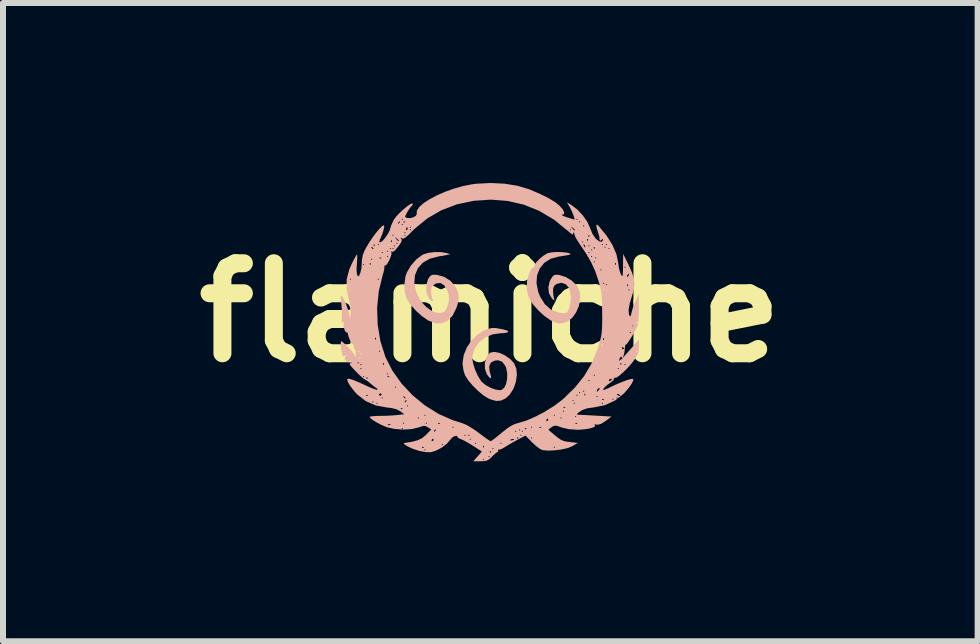
<source format=kicad_pcb>
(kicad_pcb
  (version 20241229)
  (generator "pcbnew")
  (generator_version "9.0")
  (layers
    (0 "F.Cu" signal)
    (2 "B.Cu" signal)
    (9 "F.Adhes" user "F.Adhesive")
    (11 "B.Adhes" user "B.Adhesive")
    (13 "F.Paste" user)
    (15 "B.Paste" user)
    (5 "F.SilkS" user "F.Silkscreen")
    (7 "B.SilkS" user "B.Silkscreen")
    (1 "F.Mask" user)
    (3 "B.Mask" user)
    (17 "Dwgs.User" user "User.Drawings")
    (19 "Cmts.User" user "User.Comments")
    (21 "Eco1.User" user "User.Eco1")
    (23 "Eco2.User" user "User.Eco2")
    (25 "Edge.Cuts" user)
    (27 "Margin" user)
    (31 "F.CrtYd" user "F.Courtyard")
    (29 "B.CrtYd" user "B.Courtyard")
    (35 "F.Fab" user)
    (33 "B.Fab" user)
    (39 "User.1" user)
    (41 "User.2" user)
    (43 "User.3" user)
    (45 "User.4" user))
  (footprint "flamiche"
    (layer "F.Cu")
    (at 5.121 2.159)
    (property "Reference" "flamiche" (at 0 0 0) (layer "F.SilkS") (effects (font (size 1.5 1.5) (thickness 0.3))))
    (attr board_only exclude_from_pos_files exclude_from_bom)
    (fp_poly (pts (xy -0.815 -1.007) (xy -0.722 -0.99) (xy -0.667 -0.973) (xy -0.722 -0.96) (xy -0.783 -0.948) (xy -0.856 -0.937) (xy -0.86 -0.936) (xy -1.007 -0.898) (xy -1.124 -0.831) (xy -1.207 -0.738) (xy -1.255 -0.624) (xy -1.266 -0.494) (xy -1.237 -0.352) (xy -1.202 -0.27) (xy -1.141 -0.171) (xy -1.066 -0.091) (xy -0.984 -0.033) (xy -0.902 0.001) (xy -0.827 0.007) (xy -0.765 -0.016) (xy -0.727 -0.065) (xy -0.69 -0.183) (xy -0.692 -0.294) (xy -0.719 -0.375) (xy -0.769 -0.455) (xy -0.828 -0.493) (xy -0.896 -0.488) (xy -0.933 -0.469) (xy -0.975 -0.427) (xy -0.989 -0.365) (xy -0.989 -0.354) (xy -0.982 -0.287) (xy -0.967 -0.234) (xy -0.966 -0.232) (xy -0.953 -0.196) (xy -0.963 -0.188) (xy -0.989 -0.204) (xy -1.022 -0.242) (xy -1.035 -0.261) (xy -1.067 -0.351) (xy -1.068 -0.454) (xy -1.039 -0.552) (xy -1.023 -0.58) (xy -0.993 -0.616) (xy -0.958 -0.631) (xy -0.899 -0.629) (xy -0.886 -0.628) (xy -0.769 -0.595) (xy -0.665 -0.53) (xy -0.586 -0.442) (xy -0.565 -0.404) (xy -0.533 -0.315) (xy -0.526 -0.233) (xy -0.543 -0.141) (xy -0.567 -0.072) (xy -0.629 0.052) (xy -0.709 0.136) (xy -0.802 0.178) (xy -0.908 0.179) (xy -1.024 0.137) (xy -1.044 0.126) (xy -1.141 0.058) (xy -1.238 -0.029) (xy -1.322 -0.124) (xy -1.384 -0.214) (xy -1.399 -0.245) (xy -1.426 -0.352) (xy -1.431 -0.476) (xy -1.415 -0.598) (xy -1.391 -0.668) (xy -1.323 -0.783) (xy -1.234 -0.885) (xy -1.135 -0.959) (xy -1.12 -0.968) (xy -1.035 -0.995) (xy -0.927 -1.008)) (stroke (width 0) (type solid)) (fill yes) (layer "B.SilkS"))
    (fp_poly (pts (xy 0.103 0.26) (xy 0.17 0.272) (xy 0.213 0.28) (xy 0.278 0.299) (xy 0.301 0.318) (xy 0.282 0.333) (xy 0.223 0.343) (xy 0.176 0.344) (xy 0.038 0.363) (xy -0.084 0.414) (xy -0.184 0.493) (xy -0.257 0.593) (xy -0.295 0.708) (xy -0.3 0.76) (xy -0.287 0.847) (xy -0.254 0.951) (xy -0.208 1.054) (xy -0.154 1.14) (xy -0.141 1.156) (xy -0.079 1.208) (xy 0.001 1.252) (xy 0.085 1.283) (xy 0.158 1.294) (xy 0.186 1.29) (xy 0.232 1.254) (xy 0.264 1.187) (xy 0.281 1.101) (xy 0.282 1.008) (xy 0.263 0.92) (xy 0.248 0.885) (xy 0.198 0.819) (xy 0.131 0.795) (xy 0.067 0.802) (xy 0.008 0.836) (xy -0.018 0.898) (xy -0.011 0.983) (xy -0.002 1.012) (xy 0.013 1.073) (xy 0.007 1.097) (xy -0.017 1.082) (xy -0.057 1.028) (xy -0.089 0.939) (xy -0.091 0.837) (xy -0.062 0.739) (xy -0.047 0.711) (xy -0.005 0.67) (xy 0.056 0.656) (xy 0.069 0.656) (xy 0.154 0.672) (xy 0.249 0.716) (xy 0.336 0.779) (xy 0.394 0.841) (xy 0.433 0.931) (xy 0.443 1.04) (xy 0.426 1.157) (xy 0.386 1.27) (xy 0.325 1.366) (xy 0.258 1.428) (xy 0.178 1.467) (xy 0.098 1.473) (xy 0.004 1.447) (xy -0.029 1.433) (xy -0.108 1.385) (xy -0.199 1.31) (xy -0.289 1.222) (xy -0.366 1.131) (xy -0.418 1.051) (xy -0.421 1.046) (xy -0.448 0.961) (xy -0.461 0.863) (xy -0.462 0.841) (xy -0.443 0.71) (xy -0.392 0.583) (xy -0.314 0.466) (xy -0.216 0.369) (xy -0.106 0.297) (xy 0.011 0.26) (xy 0.06 0.256)) (stroke (width 0) (type solid)) (fill yes) (layer "B.SilkS"))
    (fp_poly (pts (xy 1.195 -1.007) (xy 1.274 -0.999) (xy 1.311 -0.99) (xy 1.34 -0.976) (xy 1.329 -0.967) (xy 1.3 -0.959) (xy 1.243 -0.949) (xy 1.168 -0.937) (xy 1.142 -0.934) (xy 1.007 -0.897) (xy 0.9 -0.829) (xy 0.824 -0.735) (xy 0.779 -0.62) (xy 0.77 -0.489) (xy 0.798 -0.347) (xy 0.832 -0.262) (xy 0.911 -0.137) (xy 1.011 -0.05) (xy 1.132 -0.002) (xy 1.177 0.006) (xy 1.24 0.01) (xy 1.274 0.001) (xy 1.297 -0.03) (xy 1.311 -0.063) (xy 1.337 -0.163) (xy 1.342 -0.272) (xy 1.326 -0.372) (xy 1.311 -0.412) (xy 1.258 -0.472) (xy 1.187 -0.496) (xy 1.11 -0.479) (xy 1.102 -0.475) (xy 1.063 -0.443) (xy 1.047 -0.398) (xy 1.046 -0.354) (xy 1.051 -0.285) (xy 1.062 -0.229) (xy 1.064 -0.222) (xy 1.069 -0.201) (xy 1.051 -0.212) (xy 1.024 -0.24) (xy 0.978 -0.321) (xy 0.967 -0.418) (xy 0.99 -0.519) (xy 1.013 -0.564) (xy 1.046 -0.612) (xy 1.08 -0.63) (xy 1.134 -0.629) (xy 1.147 -0.627) (xy 1.252 -0.595) (xy 1.354 -0.535) (xy 1.435 -0.457) (xy 1.456 -0.427) (xy 1.493 -0.33) (xy 1.498 -0.221) (xy 1.476 -0.109) (xy 1.43 -0.003) (xy 1.366 0.087) (xy 1.286 0.151) (xy 1.2 0.18) (xy 1.134 0.181) (xy 1.069 0.162) (xy 1 0.126) (xy 0.901 0.056) (xy 0.803 -0.033) (xy 0.717 -0.13) (xy 0.656 -0.223) (xy 0.643 -0.248) (xy 0.609 -0.379) (xy 0.611 -0.52) (xy 0.648 -0.655) (xy 0.651 -0.663) (xy 0.681 -0.72) (xy 0.709 -0.753) (xy 0.721 -0.756) (xy 0.735 -0.759) (xy 0.732 -0.773) (xy 0.741 -0.804) (xy 0.777 -0.851) (xy 0.83 -0.903) (xy 0.889 -0.95) (xy 0.946 -0.985) (xy 0.958 -0.99) (xy 1.019 -1.003) (xy 1.104 -1.009)) (stroke (width 0) (type solid)) (fill yes) (layer "B.SilkS"))
    (fp_poly (pts (xy 0.236 -2.148) (xy 0.451 -2.114) (xy 0.638 -2.058) (xy 0.656 -2.051) (xy 0.834 -1.975) (xy 0.974 -1.905) (xy 1.081 -1.84) (xy 1.153 -1.782) (xy 1.204 -1.725) (xy 1.23 -1.676) (xy 1.23 -1.643) (xy 1.207 -1.633) (xy 1.189 -1.628) (xy 1.209 -1.613) (xy 1.262 -1.592) (xy 1.307 -1.578) (xy 1.407 -1.548) (xy 1.405 -1.556) (xy 1.433 -1.556) (xy 1.444 -1.544) (xy 1.456 -1.556) (xy 1.444 -1.567) (xy 1.433 -1.556) (xy 1.405 -1.556) (xy 1.388 -1.615) (xy 1.363 -1.68) (xy 1.328 -1.751) (xy 1.323 -1.759) (xy 1.278 -1.836) (xy 1.346 -1.796) (xy 1.446 -1.721) (xy 1.539 -1.623) (xy 1.615 -1.515) (xy 1.662 -1.412) (xy 1.663 -1.409) (xy 1.702 -1.313) (xy 1.753 -1.237) (xy 1.764 -1.225) (xy 1.817 -1.186) (xy 1.857 -1.179) (xy 1.877 -1.205) (xy 1.877 -1.218) (xy 1.87 -1.229) (xy 1.858 -1.214) (xy 1.836 -1.197) (xy 1.824 -1.209) (xy 1.817 -1.231) (xy 1.82 -1.233) (xy 1.82 -1.252) (xy 1.808 -1.299) (xy 1.799 -1.325) (xy 1.773 -1.409) (xy 1.767 -1.456) (xy 1.78 -1.465) (xy 1.806 -1.443) (xy 1.936 -1.285) (xy 2.036 -1.126) (xy 2.102 -0.973) (xy 2.131 -0.832) (xy 2.132 -0.825) (xy 2.143 -0.744) (xy 2.163 -0.67) (xy 2.174 -0.643) (xy 2.191 -0.614) (xy 2.201 -0.606) (xy 2.202 -0.61) (xy 2.278 -0.61) (xy 2.285 -0.59) (xy 2.301 -0.607) (xy 2.308 -0.623) (xy 2.31 -0.646) (xy 2.3 -0.644) (xy 2.279 -0.616) (xy 2.278 -0.61) (xy 2.202 -0.61) (xy 2.207 -0.625) (xy 2.21 -0.677) (xy 2.212 -0.756) (xy 2.233 -0.756) (xy 2.244 -0.744) (xy 2.256 -0.756) (xy 2.244 -0.767) (xy 2.233 -0.756) (xy 2.212 -0.756) (xy 2.212 -0.766) (xy 2.212 -0.778) (xy 2.214 -0.978) (xy 2.301 -0.803) (xy 2.359 -0.673) (xy 2.393 -0.568) (xy 2.404 -0.474) (xy 2.392 -0.381) (xy 2.367 -0.296) (xy 2.324 -0.155) (xy 2.305 -0.046) (xy 2.31 0.029) (xy 2.317 0.046) (xy 2.332 0.064) (xy 2.344 0.047) (xy 2.353 0.004) (xy 2.371 -0.063) (xy 2.401 -0.145) (xy 2.422 -0.193) (xy 2.475 -0.311) (xy 2.476 -0.073) (xy 2.475 0.04) (xy 2.468 0.136) (xy 2.458 0.206) (xy 2.451 0.227) (xy 2.422 0.287) (xy 2.383 0.358) (xy 2.341 0.427) (xy 2.302 0.487) (xy 2.272 0.526) (xy 2.258 0.535) (xy 2.248 0.547) (xy 2.244 0.585) (xy 2.236 0.655) (xy 2.226 0.7) (xy 2.209 0.756) (xy 2.251 0.707) (xy 2.289 0.664) (xy 2.306 0.644) (xy 2.433 0.644) (xy 2.444 0.656) (xy 2.456 0.644) (xy 2.444 0.633) (xy 2.433 0.644) (xy 2.306 0.644) (xy 2.343 0.603) (xy 2.386 0.554) (xy 2.478 0.449) (xy 2.478 0.562) (xy 2.47 0.652) (xy 2.44 0.728) (xy 2.413 0.771) (xy 2.357 0.845) (xy 2.291 0.92) (xy 2.223 0.988) (xy 2.16 1.044) (xy 2.109 1.08) (xy 2.078 1.089) (xy 2.077 1.088) (xy 2.059 1.083) (xy 2.063 1.094) (xy 2.057 1.121) (xy 2.021 1.154) (xy 2.017 1.157) (xy 1.952 1.204) (xy 1.904 1.247) (xy 1.88 1.279) (xy 1.881 1.289) (xy 1.905 1.285) (xy 1.957 1.265) (xy 2.02 1.234) (xy 2.108 1.193) (xy 2.197 1.156) (xy 2.279 1.126) (xy 2.342 1.108) (xy 2.378 1.105) (xy 2.381 1.107) (xy 2.381 1.136) (xy 2.355 1.188) (xy 2.309 1.253) (xy 2.249 1.324) (xy 2.223 1.352) (xy 2.077 1.467) (xy 1.91 1.543) (xy 1.724 1.581) (xy 1.615 1.596) (xy 1.537 1.623) (xy 1.496 1.648) (xy 1.452 1.681) (xy 1.441 1.697) (xy 1.462 1.702) (xy 1.479 1.703) (xy 1.523 1.705) (xy 1.6 1.709) (xy 1.697 1.715) (xy 1.777 1.719) (xy 2.021 1.733) (xy 1.922 1.807) (xy 1.849 1.853) (xy 1.795 1.869) (xy 1.767 1.867) (xy 1.733 1.862) (xy 1.74 1.873) (xy 1.742 1.875) (xy 1.748 1.894) (xy 1.718 1.913) (xy 1.66 1.931) (xy 1.581 1.944) (xy 1.489 1.952) (xy 1.444 1.953) (xy 1.307 1.943) (xy 1.191 1.916) (xy 1.184 1.913) (xy 1.12 1.89) (xy 1.079 1.884) (xy 1.046 1.894) (xy 1.021 1.91) (xy 0.983 1.938) (xy 0.97 1.954) (xy 0.97 1.955) (xy 1.06 2.032) (xy 1.125 2.085) (xy 1.176 2.119) (xy 1.221 2.139) (xy 1.268 2.15) (xy 1.324 2.157) (xy 1.458 2.173) (xy 1.369 2.226) (xy 1.294 2.257) (xy 1.19 2.281) (xy 1.075 2.296) (xy 0.965 2.301) (xy 0.875 2.293) (xy 0.867 2.291) (xy 0.821 2.268) (xy 0.79 2.244) (xy 1.056 2.244) (xy 1.067 2.256) (xy 1.078 2.244) (xy 1.067 2.233) (xy 1.056 2.244) (xy 0.79 2.244) (xy 0.759 2.221) (xy 0.697 2.163) (xy 0.624 2.089) (xy 0.678 2.089) (xy 0.689 2.1) (xy 0.7 2.089) (xy 0.689 2.078) (xy 0.678 2.089) (xy 0.624 2.089) (xy 0.587 2.05) (xy 0.449 2.123) (xy 0.365 2.169) (xy 0.286 2.215) (xy 0.235 2.247) (xy 0.183 2.276) (xy 0.144 2.286) (xy 0.137 2.284) (xy 0.126 2.286) (xy 0.131 2.297) (xy 0.133 2.319) (xy 0.125 2.322) (xy 0.098 2.337) (xy 0.055 2.375) (xy 0.03 2.4) (xy -0.018 2.446) (xy -0.063 2.469) (xy -0.123 2.477) (xy -0.163 2.478) (xy -0.282 2.478) (xy -0.253 2.444) (xy -0.122 2.444) (xy -0.111 2.456) (xy -0.1 2.444) (xy -0.111 2.433) (xy -0.122 2.444) (xy -0.253 2.444) (xy -0.214 2.4) (xy -0.033 2.4) (xy -0.022 2.411) (xy -0.011 2.4) (xy -0.022 2.389) (xy -0.033 2.4) (xy -0.214 2.4) (xy -0.211 2.397) (xy -0.146 2.322) (xy -0.011 2.322) (xy -0.003 2.341) (xy 0.004 2.337) (xy 0.006 2.311) (xy 0.004 2.307) (xy -0.01 2.31) (xy -0.011 2.322) (xy -0.146 2.322) (xy -0.14 2.316) (xy -0.216 2.267) (xy 0.033 2.267) (xy 0.044 2.278) (xy 0.056 2.267) (xy 0.044 2.256) (xy 0.033 2.267) (xy -0.216 2.267) (xy -0.268 2.233) (xy -0.122 2.233) (xy -0.114 2.252) (xy -0.107 2.248) (xy -0.105 2.222) (xy -0.107 2.219) (xy -0.121 2.222) (xy -0.122 2.233) (xy -0.268 2.233) (xy -0.292 2.218) (xy -0.357 2.178) (xy -0.256 2.178) (xy -0.244 2.189) (xy -0.233 2.178) (xy 0.167 2.178) (xy 0.178 2.189) (xy 0.189 2.178) (xy 0.178 2.167) (xy 0.167 2.178) (xy -0.233 2.178) (xy -0.244 2.167) (xy -0.256 2.178) (xy -0.357 2.178) (xy -0.37 2.17) (xy -0.439 2.132) (xy -0.485 2.111) (xy -0.344 2.111) (xy -0.333 2.122) (xy -0.322 2.111) (xy -0.333 2.1) (xy -0.344 2.111) (xy -0.485 2.111) (xy -0.488 2.11) (xy -0.494 2.108) (xy -0.533 2.091) (xy -0.544 2.075) (xy -0.559 2.054) (xy -0.593 2.058) (xy -0.634 2.082) (xy -0.669 2.121) (xy -0.671 2.124) (xy -0.726 2.188) (xy -0.809 2.251) (xy -0.902 2.3) (xy -0.988 2.327) (xy -1.076 2.326) (xy -1.183 2.306) (xy -1.236 2.289) (xy -1.1 2.289) (xy -1.089 2.3) (xy -1.078 2.289) (xy -1.089 2.278) (xy -1.1 2.289) (xy -1.236 2.289) (xy -1.293 2.27) (xy -1.355 2.241) (xy -1.137 2.241) (xy -1.134 2.254) (xy -1.122 2.256) (xy -1.104 2.247) (xy -1.107 2.241) (xy -1.134 2.238) (xy -1.137 2.241) (xy -1.355 2.241) (xy -1.383 2.227) (xy -1.425 2.2) (xy -0.811 2.2) (xy -0.8 2.211) (xy -0.789 2.2) (xy -0.8 2.189) (xy -0.811 2.2) (xy -1.425 2.2) (xy -1.431 2.197) (xy -1.443 2.18) (xy -1.422 2.172) (xy -1.422 2.172) (xy -1.298 2.152) (xy -1.207 2.127) (xy -1.198 2.122) (xy -0.978 2.122) (xy -0.976 2.143) (xy -0.968 2.144) (xy -0.945 2.128) (xy -0.944 2.122) (xy -0.952 2.101) (xy -0.954 2.1) (xy -0.973 2.116) (xy -0.978 2.122) (xy -1.198 2.122) (xy -1.137 2.093) (xy -1.079 2.046) (xy -1.078 2.044) (xy -0.433 2.044) (xy -0.422 2.056) (xy -0.411 2.044) (xy -0.367 2.044) (xy -0.356 2.056) (xy -0.344 2.044) (xy -0.356 2.033) (xy -0.367 2.044) (xy -0.411 2.044) (xy -0.422 2.033) (xy -0.433 2.044) (xy -1.078 2.044) (xy -1.068 2.035) (xy -1.022 1.987) (xy -0.939 1.987) (xy -0.936 1.989) (xy -0.916 1.973) (xy -0.911 1.967) (xy -0.905 1.946) (xy -0.908 1.944) (xy -0.929 1.96) (xy -0.933 1.967) (xy -0.939 1.987) (xy -1.022 1.987) (xy -0.984 1.949) (xy -1.038 1.913) (xy -1.042 1.911) (xy -0.633 1.911) (xy -0.622 1.922) (xy -0.611 1.911) (xy -0.622 1.9) (xy -0.633 1.911) (xy -1.042 1.911) (xy -1.076 1.892) (xy -1.112 1.889) (xy -1.163 1.904) (xy -1.191 1.913) (xy -1.31 1.942) (xy -1.451 1.95) (xy -1.594 1.94) (xy -1.625 1.933) (xy -1.478 1.933) (xy -1.467 1.944) (xy -1.456 1.933) (xy -1.467 1.922) (xy -1.478 1.933) (xy -1.625 1.933) (xy -1.721 1.912) (xy -1.741 1.904) (xy -1.814 1.872) (xy -1.713 1.872) (xy -1.691 1.876) (xy -1.662 1.872) (xy -1.662 1.864) (xy -1.691 1.859) (xy -1.704 1.863) (xy -1.713 1.872) (xy -1.814 1.872) (xy -1.824 1.868) (xy -1.868 1.844) (xy -1.456 1.844) (xy -1.444 1.856) (xy -1.433 1.844) (xy -1.078 1.844) (xy -1.067 1.856) (xy -1.056 1.844) (xy -1.059 1.841) (xy -0.87 1.841) (xy -0.867 1.854) (xy -0.856 1.856) (xy -0.837 1.847) (xy -0.841 1.841) (xy -0.867 1.838) (xy -0.87 1.841) (xy -1.059 1.841) (xy -1.067 1.833) (xy -1.078 1.844) (xy -1.433 1.844) (xy -1.444 1.833) (xy -1.456 1.844) (xy -1.868 1.844) (xy -1.902 1.826) (xy -1.966 1.786) (xy -2.001 1.756) (xy -1.211 1.756) (xy -1.2 1.767) (xy -1.189 1.756) (xy -1.2 1.744) (xy -1.211 1.756) (xy -2.001 1.756) (xy -2.004 1.753) (xy -2.011 1.739) (xy -1.991 1.731) (xy -1.936 1.725) (xy -1.859 1.722) (xy -1.839 1.722) (xy -1.735 1.72) (xy -1.631 1.715) (xy -1.588 1.711) (xy -1.1 1.711) (xy -1.089 1.722) (xy -1.078 1.711) (xy -1.089 1.7) (xy -1.1 1.711) (xy -1.588 1.711) (xy -1.55 1.708) (xy -1.433 1.694) (xy -1.5 1.645) (xy -1.564 1.611) (xy -1.627 1.596) (xy -1.493 1.596) (xy -1.49 1.61) (xy -1.478 1.611) (xy -1.459 1.603) (xy -1.463 1.596) (xy -1.489 1.594) (xy -1.493 1.596) (xy -1.627 1.596) (xy -1.654 1.59) (xy -1.724 1.582) (xy -1.865 1.556) (xy -1.389 1.556) (xy -1.378 1.567) (xy -1.367 1.556) (xy -1.378 1.544) (xy -1.389 1.556) (xy -1.865 1.556) (xy -1.913 1.547) (xy -1.993 1.511) (xy -1.9 1.511) (xy -1.889 1.522) (xy -1.878 1.511) (xy -1.889 1.5) (xy -1.9 1.511) (xy -1.993 1.511) (xy -2.044 1.489) (xy -1.967 1.489) (xy -1.956 1.5) (xy -1.954 1.499) (xy -1.428 1.499) (xy -1.425 1.5) (xy -1.405 1.484) (xy -1.4 1.478) (xy -1.394 1.457) (xy -1.397 1.456) (xy -1.418 1.471) (xy -1.422 1.478) (xy -1.428 1.499) (xy -1.954 1.499) (xy -1.944 1.489) (xy -1.956 1.478) (xy -1.967 1.489) (xy -2.044 1.489) (xy -2.078 1.474) (xy -2.144 1.422) (xy -1.811 1.422) (xy -1.8 1.433) (xy -1.789 1.422) (xy -1.8 1.411) (xy -1.811 1.422) (xy -2.144 1.422) (xy -2.179 1.395) (xy -1.452 1.395) (xy -1.447 1.408) (xy -1.424 1.432) (xy -1.411 1.427) (xy -1.411 1.424) (xy -1.427 1.405) (xy -1.437 1.398) (xy -1.452 1.395) (xy -2.179 1.395) (xy -2.206 1.374) (xy -2.07 1.374) (xy -2.067 1.387) (xy -2.056 1.389) (xy -2.037 1.381) (xy -2.041 1.374) (xy -2.067 1.371) (xy -2.07 1.374) (xy -2.206 1.374) (xy -2.216 1.367) (xy -1.856 1.367) (xy -1.839 1.388) (xy -1.833 1.389) (xy -1.812 1.372) (xy -1.811 1.367) (xy -1.828 1.345) (xy -1.833 1.344) (xy -1.855 1.361) (xy -1.856 1.367) (xy -2.216 1.367) (xy -2.217 1.365) (xy -2.259 1.32) (xy -2.313 1.252) (xy -2.356 1.189) (xy -2.377 1.147) (xy -2.385 1.111) (xy -2.368 1.102) (xy -2.33 1.109) (xy -2.282 1.125) (xy -2.207 1.156) (xy -2.118 1.195) (xy -2.08 1.213) (xy -1.998 1.25) (xy -1.931 1.276) (xy -1.889 1.287) (xy -1.88 1.286) (xy -1.883 1.267) (xy -1.891 1.263) (xy -1.92 1.244) (xy -1.589 1.244) (xy -1.578 1.256) (xy -1.567 1.244) (xy -1.578 1.233) (xy -1.589 1.244) (xy -1.92 1.244) (xy -1.922 1.243) (xy -1.97 1.205) (xy -1.99 1.188) (xy -2.038 1.148) (xy -2.072 1.125) (xy -2.079 1.122) (xy -2.105 1.107) (xy -2.131 1.085) (xy -2.07 1.085) (xy -2.067 1.098) (xy -2.056 1.1) (xy -2.037 1.092) (xy -2.041 1.085) (xy -2.067 1.083) (xy -2.07 1.085) (xy -2.131 1.085) (xy -2.151 1.068) (xy -2.153 1.067) (xy -2.122 1.067) (xy -2.111 1.078) (xy -2.1 1.067) (xy -2.104 1.063) (xy -1.715 1.063) (xy -1.712 1.076) (xy -1.7 1.078) (xy -1.682 1.07) (xy -1.685 1.063) (xy -1.712 1.06) (xy -1.715 1.063) (xy -2.104 1.063) (xy -2.111 1.056) (xy -2.122 1.067) (xy -2.153 1.067) (xy -2.2 1.022) (xy -1.722 1.022) (xy -1.711 1.033) (xy -1.7 1.022) (xy -1.711 1.011) (xy -1.722 1.022) (xy -2.2 1.022) (xy -2.207 1.016) (xy -2.263 0.958) (xy -2.286 0.933) (xy -2.167 0.933) (xy -2.156 0.944) (xy -2.144 0.933) (xy -2.156 0.922) (xy -2.167 0.933) (xy -2.286 0.933) (xy -2.311 0.906) (xy -2.34 0.868) (xy -2.341 0.867) (xy -2.167 0.867) (xy -2.156 0.878) (xy -2.144 0.867) (xy -2.156 0.856) (xy -1.789 0.856) (xy -1.781 0.874) (xy -1.774 0.87) (xy -1.771 0.844) (xy -1.774 0.841) (xy -1.787 0.844) (xy -1.789 0.856) (xy -2.156 0.856) (xy -2.167 0.867) (xy -2.341 0.867) (xy -2.344 0.858) (xy -2.331 0.841) (xy -2.322 0.844) (xy -2.31 0.841) (xy -2.312 0.833) (xy -2.211 0.833) (xy -2.203 0.852) (xy -2.196 0.848) (xy -2.194 0.822) (xy -2.196 0.819) (xy -2.21 0.822) (xy -2.211 0.833) (xy -2.312 0.833) (xy -2.314 0.822) (xy -2.33 0.798) (xy -2.347 0.815) (xy -2.367 0.831) (xy -2.396 0.814) (xy -2.403 0.807) (xy -2.428 0.773) (xy -2.423 0.756) (xy -2.189 0.756) (xy -2.178 0.767) (xy -2.167 0.756) (xy -2.178 0.744) (xy -2.189 0.756) (xy -2.423 0.756) (xy -2.419 0.742) (xy -2.409 0.729) (xy -2.389 0.702) (xy -2.399 0.706) (xy -2.415 0.718) (xy -2.445 0.734) (xy -2.461 0.715) (xy -2.463 0.707) (xy -2.479 0.637) (xy -2.49 0.567) (xy -2.493 0.51) (xy -2.488 0.48) (xy -2.484 0.478) (xy -2.458 0.493) (xy -2.414 0.533) (xy -2.362 0.586) (xy -2.311 0.642) (xy -2.272 0.692) (xy -2.259 0.711) (xy -2.243 0.736) (xy -2.238 0.725) (xy -2.24 0.689) (xy -2.167 0.689) (xy -2.156 0.7) (xy -2.144 0.689) (xy -2.156 0.678) (xy -2.167 0.689) (xy -2.24 0.689) (xy -2.24 0.683) (xy -2.246 0.644) (xy -2.211 0.644) (xy -2.2 0.656) (xy -2.189 0.644) (xy -1.856 0.644) (xy -1.844 0.656) (xy -1.833 0.644) (xy -1.844 0.633) (xy -1.856 0.644) (xy -2.189 0.644) (xy -2.2 0.633) (xy -2.211 0.644) (xy -2.246 0.644) (xy -2.247 0.634) (xy -2.26 0.611) (xy -2.261 0.611) (xy -2.275 0.592) (xy -2.278 0.567) (xy -2.285 0.531) (xy -2.295 0.522) (xy -2.314 0.504) (xy -2.339 0.459) (xy -2.349 0.433) (xy -1.922 0.433) (xy -1.914 0.452) (xy -1.907 0.448) (xy -1.905 0.422) (xy -1.907 0.419) (xy -1.921 0.422) (xy -1.922 0.433) (xy -2.349 0.433) (xy -2.361 0.406) (xy -2.373 0.36) (xy -2.373 0.35) (xy -2.382 0.331) (xy -2.388 0.333) (xy -2.409 0.325) (xy -2.429 0.289) (xy -2.443 0.239) (xy -2.446 0.191) (xy -2.444 0.181) (xy -2.437 0.15) (xy -2.449 0.158) (xy -2.455 0.167) (xy -2.467 0.174) (xy -2.474 0.148) (xy -2.476 0.086) (xy -2.475 0.044) (xy -2.475 -0.049) (xy -2.481 -0.137) (xy -2.488 -0.194) (xy -2.495 -0.253) (xy -2.485 -0.277) (xy -2.483 -0.278) (xy -2.462 -0.258) (xy -2.433 -0.207) (xy -2.402 -0.136) (xy -2.374 -0.056) (xy -2.353 0.022) (xy -2.353 0.022) (xy -2.334 0.111) (xy -2.327 0.000421) (xy -2.331 -0.081) (xy -1.886 -0.081) (xy -1.877 0.2) (xy -1.832 0.475) (xy -1.75 0.734) (xy -1.747 0.742) (xy -1.632 0.968) (xy -1.48 1.181) (xy -1.298 1.376) (xy -1.091 1.546) (xy -0.866 1.687) (xy -0.63 1.792) (xy -0.489 1.836) (xy -0.392 1.874) (xy -0.275 1.945) (xy -0.194 2.004) (xy -0.116 2.062) (xy -0.051 2.109) (xy -0.008 2.137) (xy 0.006 2.144) (xy 0.025 2.133) (xy 0.334 2.133) (xy 0.366 2.129) (xy 0.368 2.128) (xy 0.398 2.115) (xy 0.392 2.105) (xy 0.352 2.11) (xy 0.339 2.118) (xy 0.334 2.133) (xy 0.025 2.133) (xy 0.029 2.131) (xy 0.077 2.095) (xy 0.089 2.085) (xy 0.441 2.085) (xy 0.444 2.098) (xy 0.456 2.1) (xy 0.474 2.092) (xy 0.47 2.085) (xy 0.444 2.083) (xy 0.441 2.085) (xy 0.089 2.085) (xy 0.14 2.044) (xy 0.5 2.044) (xy 0.511 2.056) (xy 0.522 2.044) (xy 0.511 2.033) (xy 0.5 2.044) (xy 0.14 2.044) (xy 0.143 2.042) (xy 0.189 2.004) (xy 0.222 1.978) (xy 0.411 1.978) (xy 0.422 1.989) (xy 0.433 1.978) (xy 0.522 1.978) (xy 0.533 1.989) (xy 0.544 1.978) (xy 0.533 1.967) (xy 0.522 1.978) (xy 0.433 1.978) (xy 0.422 1.967) (xy 0.411 1.978) (xy 0.222 1.978) (xy 0.25 1.956) (xy 0.478 1.956) (xy 0.489 1.967) (xy 0.5 1.956) (xy 0.489 1.944) (xy 0.478 1.956) (xy 0.25 1.956) (xy 0.281 1.931) (xy 0.283 1.93) (xy 0.574 1.93) (xy 0.577 1.943) (xy 0.589 1.944) (xy 0.607 1.936) (xy 0.604 1.93) (xy 0.577 1.927) (xy 0.574 1.93) (xy 0.283 1.93) (xy 0.311 1.911) (xy 0.678 1.911) (xy 0.689 1.922) (xy 0.7 1.911) (xy 0.696 1.907) (xy 0.819 1.907) (xy 0.822 1.921) (xy 0.833 1.922) (xy 0.852 1.914) (xy 0.848 1.907) (xy 0.822 1.905) (xy 0.819 1.907) (xy 0.696 1.907) (xy 0.689 1.9) (xy 0.678 1.911) (xy 0.311 1.911) (xy 0.354 1.883) (xy 0.421 1.853) (xy 0.466 1.841) (xy 1.419 1.841) (xy 1.422 1.854) (xy 1.433 1.856) (xy 1.452 1.847) (xy 1.448 1.841) (xy 1.422 1.838) (xy 1.419 1.841) (xy 0.466 1.841) (xy 0.478 1.837) (xy 0.61 1.797) (xy 0.627 1.789) (xy 0.933 1.789) (xy 0.935 1.809) (xy 0.943 1.811) (xy 0.966 1.795) (xy 0.967 1.789) (xy 0.959 1.767) (xy 0.957 1.767) (xy 0.938 1.782) (xy 0.933 1.789) (xy 0.627 1.789) (xy 0.704 1.756) (xy 1.167 1.756) (xy 1.178 1.767) (xy 1.189 1.756) (xy 1.178 1.744) (xy 1.167 1.756) (xy 0.704 1.756) (xy 0.755 1.733) (xy 1.411 1.733) (xy 1.422 1.744) (xy 1.433 1.733) (xy 1.422 1.722) (xy 1.411 1.733) (xy 0.755 1.733) (xy 0.76 1.731) (xy 0.798 1.711) (xy 1.056 1.711) (xy 1.067 1.722) (xy 1.078 1.711) (xy 1.067 1.7) (xy 1.056 1.711) (xy 0.798 1.711) (xy 0.917 1.648) (xy 0.922 1.644) (xy 1.211 1.644) (xy 1.222 1.656) (xy 1.233 1.644) (xy 1.222 1.633) (xy 1.211 1.644) (xy 0.922 1.644) (xy 1.034 1.574) (xy 1.219 1.574) (xy 1.222 1.587) (xy 1.233 1.589) (xy 1.252 1.581) (xy 1.248 1.574) (xy 1.222 1.571) (xy 1.219 1.574) (xy 1.034 1.574) (xy 1.067 1.554) (xy 1.123 1.511) (xy 1.389 1.511) (xy 1.4 1.522) (xy 1.411 1.511) (xy 1.856 1.511) (xy 1.867 1.522) (xy 1.878 1.511) (xy 1.867 1.5) (xy 1.856 1.511) (xy 1.411 1.511) (xy 1.4 1.5) (xy 1.389 1.511) (xy 1.123 1.511) (xy 1.182 1.467) (xy 1.367 1.467) (xy 1.378 1.478) (xy 1.389 1.467) (xy 1.378 1.456) (xy 1.367 1.467) (xy 1.182 1.467) (xy 1.197 1.455) (xy 1.214 1.441) (xy 1.863 1.441) (xy 1.866 1.454) (xy 1.878 1.456) (xy 1.896 1.447) (xy 1.895 1.444) (xy 2.033 1.444) (xy 2.044 1.456) (xy 2.056 1.444) (xy 2.044 1.433) (xy 2.033 1.444) (xy 1.895 1.444) (xy 1.893 1.441) (xy 1.866 1.438) (xy 1.863 1.441) (xy 1.214 1.441) (xy 1.216 1.439) (xy 1.234 1.422) (xy 2.1 1.422) (xy 2.111 1.433) (xy 2.122 1.422) (xy 2.111 1.411) (xy 2.1 1.422) (xy 1.234 1.422) (xy 1.257 1.4) (xy 1.767 1.4) (xy 1.778 1.411) (xy 1.789 1.4) (xy 1.778 1.389) (xy 1.767 1.4) (xy 1.257 1.4) (xy 1.279 1.378) (xy 1.433 1.378) (xy 1.444 1.389) (xy 1.456 1.378) (xy 1.444 1.367) (xy 1.567 1.367) (xy 1.575 1.385) (xy 1.581 1.381) (xy 1.584 1.357) (xy 2.109 1.357) (xy 2.111 1.367) (xy 2.135 1.385) (xy 2.161 1.388) (xy 2.167 1.38) (xy 2.149 1.366) (xy 2.132 1.358) (xy 2.109 1.357) (xy 1.584 1.357) (xy 1.584 1.355) (xy 1.581 1.352) (xy 1.568 1.355) (xy 1.567 1.367) (xy 1.444 1.367) (xy 1.433 1.378) (xy 1.279 1.378) (xy 1.325 1.333) (xy 1.478 1.333) (xy 1.489 1.344) (xy 1.5 1.333) (xy 1.489 1.322) (xy 1.478 1.333) (xy 1.325 1.333) (xy 1.348 1.311) (xy 1.544 1.311) (xy 1.556 1.322) (xy 1.56 1.318) (xy 1.774 1.318) (xy 1.776 1.322) (xy 1.794 1.308) (xy 1.811 1.289) (xy 1.825 1.262) (xy 1.816 1.256) (xy 1.789 1.273) (xy 1.781 1.289) (xy 1.774 1.318) (xy 1.56 1.318) (xy 1.567 1.311) (xy 1.556 1.3) (xy 1.544 1.311) (xy 1.348 1.311) (xy 1.408 1.253) (xy 1.504 1.133) (xy 1.633 1.133) (xy 1.644 1.144) (xy 1.656 1.133) (xy 1.644 1.122) (xy 1.978 1.122) (xy 1.979 1.143) (xy 1.986 1.144) (xy 2.018 1.128) (xy 2.022 1.122) (xy 2.021 1.102) (xy 2.014 1.1) (xy 1.982 1.116) (xy 1.978 1.122) (xy 1.644 1.122) (xy 1.633 1.133) (xy 1.504 1.133) (xy 1.562 1.061) (xy 1.572 1.044) (xy 1.722 1.044) (xy 1.733 1.056) (xy 1.744 1.044) (xy 1.733 1.033) (xy 1.722 1.044) (xy 1.572 1.044) (xy 1.638 0.933) (xy 2.122 0.933) (xy 2.133 0.944) (xy 2.144 0.933) (xy 2.133 0.922) (xy 2.122 0.933) (xy 1.638 0.933) (xy 1.684 0.856) (xy 2.167 0.856) (xy 2.175 0.874) (xy 2.181 0.87) (xy 2.182 0.867) (xy 2.233 0.867) (xy 2.244 0.878) (xy 2.256 0.867) (xy 2.244 0.856) (xy 2.233 0.867) (xy 2.182 0.867) (xy 2.184 0.844) (xy 2.181 0.841) (xy 2.168 0.844) (xy 2.167 0.856) (xy 1.684 0.856) (xy 1.684 0.855) (xy 1.708 0.8) (xy 2.147 0.8) (xy 2.154 0.805) (xy 2.159 0.794) (xy 2.181 0.776) (xy 2.191 0.779) (xy 2.201 0.773) (xy 2.197 0.755) (xy 2.181 0.732) (xy 2.164 0.748) (xy 2.148 0.788) (xy 2.147 0.8) (xy 1.708 0.8) (xy 1.78 0.626) (xy 1.793 0.588) (xy 2.189 0.588) (xy 2.205 0.61) (xy 2.211 0.611) (xy 2.233 0.604) (xy 2.233 0.601) (xy 2.218 0.582) (xy 2.211 0.578) (xy 2.191 0.58) (xy 2.189 0.588) (xy 1.793 0.588) (xy 1.804 0.556) (xy 1.807 0.544) (xy 1.856 0.544) (xy 1.864 0.563) (xy 1.87 0.559) (xy 1.873 0.533) (xy 1.87 0.53) (xy 1.857 0.533) (xy 1.856 0.544) (xy 1.807 0.544) (xy 1.828 0.475) (xy 1.836 0.443) (xy 1.88 0.443) (xy 1.884 0.471) (xy 1.891 0.472) (xy 1.897 0.442) (xy 1.893 0.429) (xy 1.883 0.421) (xy 1.88 0.443) (xy 1.836 0.443) (xy 1.845 0.406) (xy 1.856 0.339) (xy 1.856 0.333) (xy 2.322 0.333) (xy 2.333 0.344) (xy 2.344 0.333) (xy 2.333 0.322) (xy 2.322 0.333) (xy 1.856 0.333) (xy 1.862 0.261) (xy 1.863 0.222) (xy 2.367 0.222) (xy 2.378 0.233) (xy 2.389 0.222) (xy 2.378 0.211) (xy 2.367 0.222) (xy 1.863 0.222) (xy 1.864 0.167) (xy 2.433 0.167) (xy 2.441 0.185) (xy 2.448 0.181) (xy 2.451 0.155) (xy 2.448 0.152) (xy 2.435 0.155) (xy 2.433 0.167) (xy 1.864 0.167) (xy 1.865 0.163) (xy 1.865 0.033) (xy 1.864 0.011) (xy 1.863 -0.128) (xy 1.859 -0.234) (xy 1.852 -0.318) (xy 1.842 -0.378) (xy 1.878 -0.378) (xy 1.889 -0.367) (xy 1.9 -0.378) (xy 2.3 -0.378) (xy 2.311 -0.367) (xy 2.322 -0.378) (xy 2.311 -0.389) (xy 2.3 -0.378) (xy 1.9 -0.378) (xy 1.889 -0.389) (xy 1.878 -0.378) (xy 1.842 -0.378) (xy 1.839 -0.392) (xy 1.821 -0.467) (xy 1.922 -0.467) (xy 1.933 -0.456) (xy 2.278 -0.456) (xy 2.286 -0.437) (xy 2.293 -0.441) (xy 2.295 -0.467) (xy 2.293 -0.47) (xy 2.279 -0.467) (xy 2.278 -0.456) (xy 1.933 -0.456) (xy 1.944 -0.467) (xy 1.933 -0.478) (xy 1.922 -0.467) (xy 1.821 -0.467) (xy 1.821 -0.467) (xy 1.815 -0.489) (xy 1.878 -0.489) (xy 1.889 -0.478) (xy 1.9 -0.489) (xy 1.889 -0.5) (xy 1.878 -0.489) (xy 1.815 -0.489) (xy 1.802 -0.533) (xy 1.748 -0.691) (xy 1.739 -0.711) (xy 1.833 -0.711) (xy 1.844 -0.7) (xy 1.856 -0.711) (xy 1.844 -0.722) (xy 1.833 -0.711) (xy 1.739 -0.711) (xy 1.693 -0.811) (xy 2.078 -0.811) (xy 2.086 -0.793) (xy 2.093 -0.796) (xy 2.095 -0.823) (xy 2.093 -0.826) (xy 2.079 -0.823) (xy 2.078 -0.811) (xy 1.693 -0.811) (xy 1.683 -0.835) (xy 1.677 -0.844) (xy 1.722 -0.844) (xy 1.733 -0.833) (xy 1.744 -0.844) (xy 1.733 -0.856) (xy 1.722 -0.844) (xy 1.677 -0.844) (xy 1.639 -0.911) (xy 1.744 -0.911) (xy 1.756 -0.9) (xy 1.767 -0.911) (xy 1.756 -0.922) (xy 1.744 -0.911) (xy 1.639 -0.911) (xy 1.626 -0.933) (xy 1.678 -0.933) (xy 1.689 -0.922) (xy 1.7 -0.933) (xy 1.689 -0.944) (xy 1.678 -0.933) (xy 1.626 -0.933) (xy 1.598 -0.981) (xy 1.586 -1) (xy 1.633 -1) (xy 1.644 -0.989) (xy 1.656 -1) (xy 1.644 -1.011) (xy 1.633 -1) (xy 1.586 -1) (xy 1.556 -1.044) (xy 1.678 -1.044) (xy 1.689 -1.033) (xy 1.7 -1.044) (xy 1.689 -1.056) (xy 1.678 -1.044) (xy 1.556 -1.044) (xy 1.533 -1.078) (xy 1.722 -1.078) (xy 1.73 -1.059) (xy 1.737 -1.063) (xy 1.737 -1.067) (xy 1.967 -1.067) (xy 1.978 -1.056) (xy 1.989 -1.067) (xy 1.978 -1.078) (xy 1.967 -1.067) (xy 1.737 -1.067) (xy 1.74 -1.089) (xy 1.9 -1.089) (xy 1.911 -1.078) (xy 1.922 -1.089) (xy 1.911 -1.1) (xy 1.9 -1.089) (xy 1.74 -1.089) (xy 1.74 -1.089) (xy 1.737 -1.093) (xy 1.724 -1.09) (xy 1.722 -1.078) (xy 1.533 -1.078) (xy 1.503 -1.122) (xy 1.49 -1.142) (xy 1.551 -1.142) (xy 1.555 -1.12) (xy 1.557 -1.116) (xy 1.575 -1.088) (xy 1.585 -1.088) (xy 1.582 -1.111) (xy 1.633 -1.111) (xy 1.644 -1.1) (xy 1.656 -1.111) (xy 1.644 -1.122) (xy 1.633 -1.111) (xy 1.582 -1.111) (xy 1.582 -1.112) (xy 1.569 -1.128) (xy 1.563 -1.133) (xy 1.856 -1.133) (xy 1.867 -1.122) (xy 1.878 -1.133) (xy 1.922 -1.133) (xy 1.933 -1.122) (xy 1.944 -1.133) (xy 1.933 -1.144) (xy 1.922 -1.133) (xy 1.878 -1.133) (xy 1.867 -1.144) (xy 1.856 -1.133) (xy 1.563 -1.133) (xy 1.551 -1.142) (xy 1.49 -1.142) (xy 1.466 -1.178) (xy 1.522 -1.178) (xy 1.533 -1.167) (xy 1.544 -1.178) (xy 1.533 -1.189) (xy 1.522 -1.178) (xy 1.466 -1.178) (xy 1.456 -1.193) (xy 1.445 -1.211) (xy 1.611 -1.211) (xy 1.619 -1.193) (xy 1.626 -1.196) (xy 1.629 -1.223) (xy 1.626 -1.226) (xy 1.613 -1.223) (xy 1.611 -1.211) (xy 1.445 -1.211) (xy 1.421 -1.252) (xy 1.411 -1.278) (xy 1.633 -1.278) (xy 1.641 -1.259) (xy 1.648 -1.263) (xy 1.651 -1.289) (xy 1.648 -1.293) (xy 1.635 -1.29) (xy 1.633 -1.278) (xy 1.411 -1.278) (xy 1.406 -1.288) (xy 1.406 -1.293) (xy 1.396 -1.327) (xy 1.39 -1.333) (xy 1.377 -1.329) (xy 1.381 -1.307) (xy 1.375 -1.298) (xy 1.343 -1.318) (xy 1.298 -1.357) (xy 1.272 -1.378) (xy 1.322 -1.378) (xy 1.333 -1.367) (xy 1.344 -1.378) (xy 1.333 -1.389) (xy 1.322 -1.378) (xy 1.272 -1.378) (xy 1.204 -1.433) (xy 1.346 -1.433) (xy 1.351 -1.422) (xy 1.364 -1.406) (xy 1.396 -1.371) (xy 1.411 -1.371) (xy 1.411 -1.375) (xy 1.396 -1.394) (xy 1.372 -1.414) (xy 1.346 -1.433) (xy 1.204 -1.433) (xy 1.19 -1.444) (xy 1.544 -1.444) (xy 1.556 -1.433) (xy 1.567 -1.444) (xy 1.556 -1.456) (xy 1.544 -1.444) (xy 1.19 -1.444) (xy 1.108 -1.511) (xy 1.478 -1.511) (xy 1.489 -1.5) (xy 1.5 -1.511) (xy 1.489 -1.522) (xy 1.478 -1.511) (xy 1.108 -1.511) (xy 1.064 -1.547) (xy 0.817 -1.694) (xy 0.557 -1.799) (xy 0.284 -1.861) (xy 0.011 -1.882) (xy -0.282 -1.862) (xy -0.558 -1.803) (xy -0.815 -1.705) (xy -1.05 -1.569) (xy -1.263 -1.394) (xy -1.3 -1.358) (xy -1.369 -1.289) (xy -1.416 -1.249) (xy -1.448 -1.232) (xy -1.47 -1.236) (xy -1.476 -1.24) (xy -1.499 -1.256) (xy -1.491 -1.241) (xy -1.485 -1.233) (xy -1.475 -1.207) (xy -1.486 -1.171) (xy -1.523 -1.116) (xy -1.539 -1.095) (xy -1.59 -1.035) (xy -1.623 -1.011) (xy -1.64 -1.017) (xy -1.652 -1.027) (xy -1.647 -1.004) (xy -1.648 -0.967) (xy -1.665 -0.914) (xy -1.691 -0.858) (xy -1.719 -0.81) (xy -1.743 -0.784) (xy -1.755 -0.784) (xy -1.765 -0.782) (xy -1.764 -0.767) (xy -1.767 -0.727) (xy -1.781 -0.664) (xy -1.794 -0.622) (xy -1.858 -0.359) (xy -1.886 -0.081) (xy -2.331 -0.081) (xy -2.332 -0.109) (xy -2.357 -0.224) (xy -2.36 -0.233) (xy -2.392 -0.378) (xy -2.367 -0.378) (xy -2.356 -0.367) (xy -2.344 -0.378) (xy -2.356 -0.389) (xy -2.367 -0.378) (xy -2.392 -0.378) (xy -2.396 -0.398) (xy -2.395 -0.444) (xy -2.389 -0.444) (xy -2.378 -0.433) (xy -2.367 -0.444) (xy -2.378 -0.456) (xy -2.389 -0.444) (xy -2.395 -0.444) (xy -2.393 -0.556) (xy -2.344 -0.556) (xy -2.333 -0.544) (xy -2.322 -0.556) (xy -1.878 -0.556) (xy -1.867 -0.544) (xy -1.856 -0.556) (xy -1.867 -0.567) (xy -1.878 -0.556) (xy -2.322 -0.556) (xy -2.333 -0.567) (xy -2.344 -0.556) (xy -2.393 -0.556) (xy -2.393 -0.558) (xy -2.349 -0.721) (xy -2.316 -0.798) (xy -2.278 -0.875) (xy -2.246 -0.933) (xy -2.226 -0.964) (xy -2.222 -0.967) (xy -2.217 -0.946) (xy -2.218 -0.893) (xy -2.223 -0.819) (xy -2.223 -0.814) (xy -2.229 -0.725) (xy -2.225 -0.655) (xy -2.217 -0.622) (xy -2.201 -0.602) (xy -2.186 -0.615) (xy -2.167 -0.658) (xy -2.148 -0.732) (xy -2.143 -0.8) (xy -2.122 -0.8) (xy -2.111 -0.789) (xy -2.1 -0.8) (xy -2.111 -0.811) (xy -2.011 -0.811) (xy -2.003 -0.793) (xy -1.996 -0.796) (xy -1.994 -0.823) (xy -1.996 -0.826) (xy -2.01 -0.823) (xy -2.011 -0.811) (xy -2.111 -0.811) (xy -2.122 -0.8) (xy -2.143 -0.8) (xy -2.143 -0.803) (xy -2.143 -0.803) (xy -2.14 -0.872) (xy -2.137 -0.889) (xy -1.989 -0.889) (xy -1.978 -0.878) (xy -1.967 -0.889) (xy -1.978 -0.9) (xy -1.989 -0.889) (xy -2.137 -0.889) (xy -2.133 -0.915) (xy -1.848 -0.915) (xy -1.845 -0.902) (xy -1.833 -0.9) (xy -1.815 -0.908) (xy -1.819 -0.915) (xy -1.845 -0.917) (xy -1.848 -0.915) (xy -2.133 -0.915) (xy -2.129 -0.933) (xy -1.722 -0.933) (xy -1.711 -0.922) (xy -1.7 -0.933) (xy -1.711 -0.944) (xy -1.722 -0.933) (xy -2.129 -0.933) (xy -2.127 -0.95) (xy -2.123 -0.962) (xy -2.109 -1) (xy -1.811 -1) (xy -1.8 -0.989) (xy -1.789 -1) (xy -1.8 -1.011) (xy -1.811 -1) (xy -2.109 -1) (xy -2.101 -1.022) (xy -2.1 -1.022) (xy -1.722 -1.022) (xy -1.711 -1.011) (xy -1.7 -1.022) (xy -1.711 -1.033) (xy -1.722 -1.022) (xy -2.1 -1.022) (xy -2.063 -1.094) (xy -1.985 -1.094) (xy -1.98 -1.081) (xy -1.958 -1.057) (xy -1.945 -1.062) (xy -1.944 -1.065) (xy -1.946 -1.067) (xy -1.678 -1.067) (xy -1.667 -1.056) (xy -1.656 -1.067) (xy -1.633 -1.067) (xy -1.622 -1.056) (xy -1.611 -1.067) (xy -1.622 -1.078) (xy -1.633 -1.067) (xy -1.656 -1.067) (xy -1.667 -1.078) (xy -1.678 -1.067) (xy -1.946 -1.067) (xy -1.96 -1.084) (xy -1.97 -1.091) (xy -1.985 -1.094) (xy -2.063 -1.094) (xy -2.063 -1.094) (xy -2.045 -1.122) (xy -1.944 -1.122) (xy -1.936 -1.104) (xy -1.93 -1.107) (xy -1.929 -1.111) (xy -1.611 -1.111) (xy -1.6 -1.1) (xy -1.589 -1.111) (xy -1.6 -1.122) (xy -1.611 -1.111) (xy -1.929 -1.111) (xy -1.927 -1.133) (xy -1.878 -1.133) (xy -1.867 -1.122) (xy -1.856 -1.133) (xy -1.867 -1.144) (xy -1.878 -1.133) (xy -1.927 -1.133) (xy -1.927 -1.134) (xy -1.93 -1.137) (xy -1.943 -1.134) (xy -1.944 -1.122) (xy -2.045 -1.122) (xy -2.025 -1.156) (xy -1.567 -1.156) (xy -1.556 -1.144) (xy -1.544 -1.156) (xy -1.556 -1.167) (xy -1.567 -1.156) (xy -2.025 -1.156) (xy -2.014 -1.174) (xy -1.96 -1.254) (xy -1.904 -1.329) (xy -1.853 -1.391) (xy -1.809 -1.435) (xy -1.779 -1.455) (xy -1.767 -1.443) (xy -1.767 -1.44) (xy -1.776 -1.388) (xy -1.797 -1.317) (xy -1.824 -1.249) (xy -1.841 -1.215) (xy -1.85 -1.181) (xy -1.844 -1.171) (xy -1.821 -1.175) (xy -1.805 -1.189) (xy -1.656 -1.189) (xy -1.647 -1.171) (xy -1.641 -1.174) (xy -1.638 -1.2) (xy -1.641 -1.204) (xy -1.654 -1.201) (xy -1.656 -1.189) (xy -1.805 -1.189) (xy -1.784 -1.207) (xy -1.745 -1.255) (xy -1.587 -1.255) (xy -1.582 -1.244) (xy -1.57 -1.228) (xy -1.537 -1.193) (xy -1.523 -1.193) (xy -1.522 -1.197) (xy -1.537 -1.216) (xy -1.561 -1.236) (xy -1.587 -1.255) (xy -1.745 -1.255) (xy -1.743 -1.258) (xy -1.722 -1.289) (xy -1.633 -1.289) (xy -1.622 -1.278) (xy -1.611 -1.289) (xy -1.433 -1.289) (xy -1.422 -1.278) (xy -1.411 -1.289) (xy -1.422 -1.3) (xy -1.433 -1.289) (xy -1.611 -1.289) (xy -1.622 -1.3) (xy -1.633 -1.289) (xy -1.722 -1.289) (xy -1.704 -1.316) (xy -1.695 -1.333) (xy -1.433 -1.333) (xy -1.422 -1.322) (xy -1.411 -1.333) (xy -1.422 -1.344) (xy -1.433 -1.333) (xy -1.695 -1.333) (xy -1.676 -1.371) (xy -1.669 -1.396) (xy -1.668 -1.399) (xy -1.404 -1.399) (xy -1.399 -1.369) (xy -1.387 -1.378) (xy -1.344 -1.378) (xy -1.333 -1.367) (xy -1.322 -1.378) (xy -1.333 -1.389) (xy -1.344 -1.378) (xy -1.387 -1.378) (xy -1.383 -1.381) (xy -1.379 -1.387) (xy -1.38 -1.415) (xy -1.385 -1.42) (xy -1.401 -1.413) (xy -1.404 -1.399) (xy -1.668 -1.399) (xy -1.66 -1.422) (xy -1.344 -1.422) (xy -1.333 -1.411) (xy -1.322 -1.422) (xy -1.333 -1.433) (xy -1.344 -1.422) (xy -1.66 -1.422) (xy -1.648 -1.461) (xy -1.646 -1.467) (xy -1.478 -1.467) (xy -1.467 -1.456) (xy -1.456 -1.467) (xy -1.467 -1.478) (xy -1.478 -1.467) (xy -1.646 -1.467) (xy -1.64 -1.479) (xy -1.539 -1.479) (xy -1.536 -1.478) (xy -1.516 -1.493) (xy -1.511 -1.5) (xy -1.507 -1.515) (xy -1.448 -1.515) (xy -1.445 -1.502) (xy -1.433 -1.5) (xy -1.415 -1.508) (xy -1.419 -1.515) (xy -1.445 -1.517) (xy -1.448 -1.515) (xy -1.507 -1.515) (xy -1.505 -1.521) (xy -1.508 -1.522) (xy -1.529 -1.507) (xy -1.533 -1.5) (xy -1.539 -1.479) (xy -1.64 -1.479) (xy -1.614 -1.534) (xy -1.605 -1.551) (xy -1.601 -1.556) (xy -1.478 -1.556) (xy -1.467 -1.544) (xy -1.456 -1.556) (xy -1.467 -1.567) (xy -1.478 -1.556) (xy -1.601 -1.556) (xy -1.566 -1.603) (xy -1.51 -1.662) (xy -1.446 -1.721) (xy -1.384 -1.772) (xy -1.332 -1.808) (xy -1.298 -1.82) (xy -1.295 -1.819) (xy -1.292 -1.798) (xy -1.306 -1.781) (xy -1.337 -1.746) (xy -1.374 -1.691) (xy -1.384 -1.673) (xy -1.412 -1.621) (xy -1.419 -1.596) (xy -1.404 -1.583) (xy -1.386 -1.577) (xy -1.335 -1.574) (xy -1.281 -1.588) (xy -1.24 -1.613) (xy -1.225 -1.642) (xy -1.226 -1.647) (xy -1.224 -1.699) (xy -1.184 -1.759) (xy -1.112 -1.823) (xy -1.012 -1.888) (xy -0.892 -1.952) (xy -0.756 -2.012) (xy -0.61 -2.064) (xy -0.459 -2.107) (xy -0.309 -2.137) (xy -0.233 -2.147) (xy 0.004 -2.159)) (stroke (width 0) (type solid)) (fill yes) (layer "B.SilkS")))
  (gr_rect
    (start -3 -3)
    (end 13.243 7.637)
    (stroke (width 0.1) (type default))
    (fill no)
    (layer "Edge.Cuts")))
</source>
